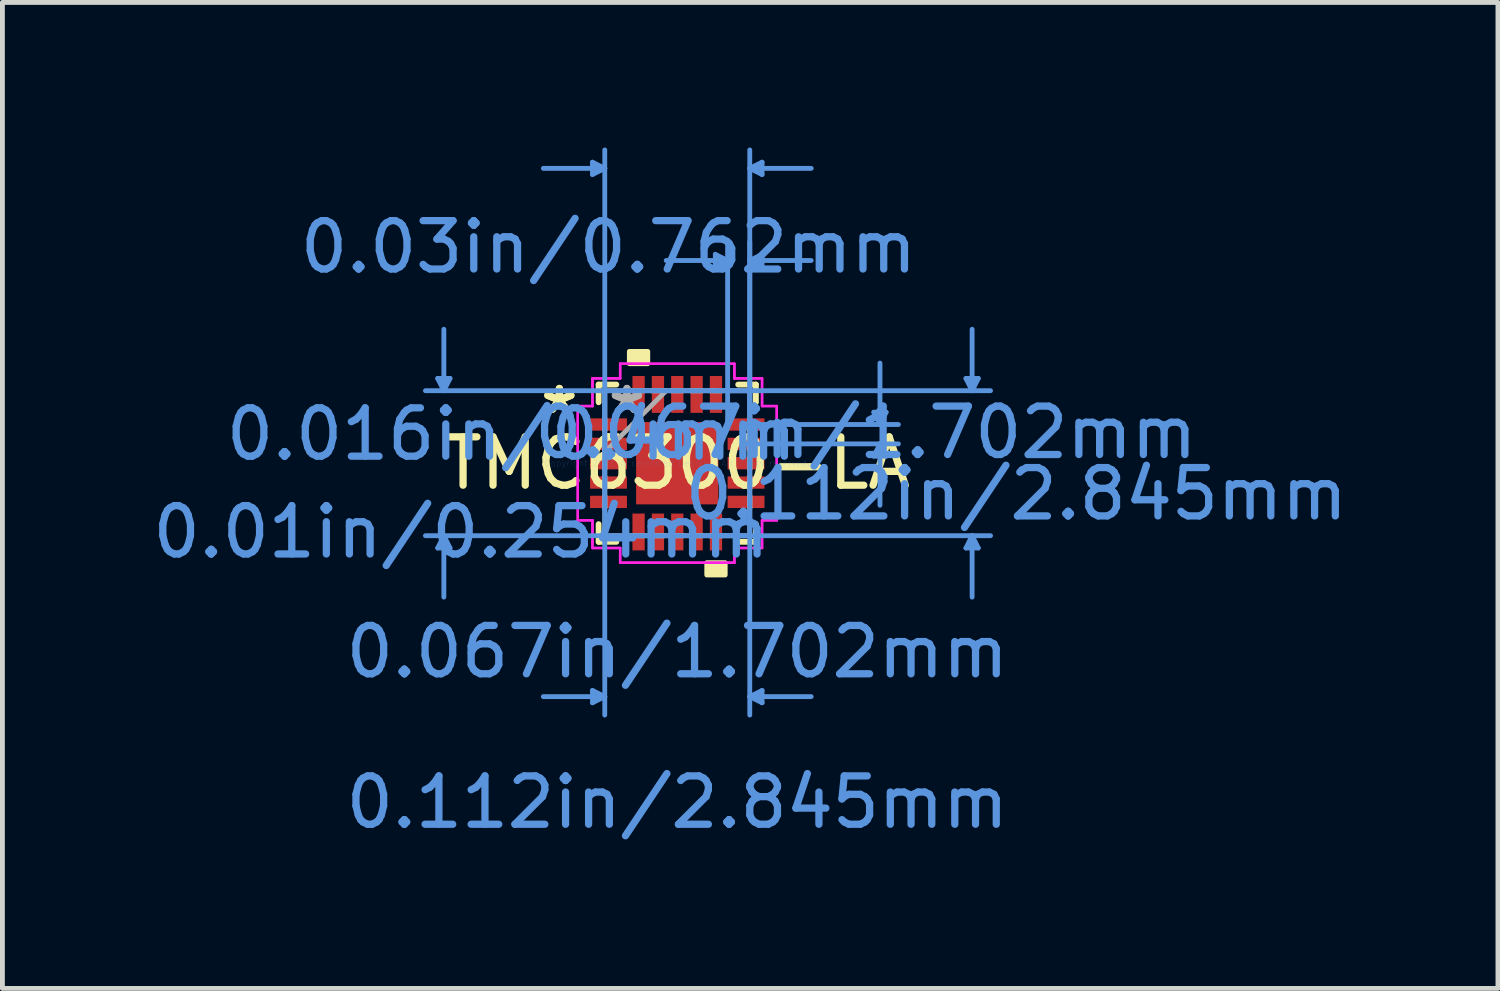
<source format=kicad_pcb>
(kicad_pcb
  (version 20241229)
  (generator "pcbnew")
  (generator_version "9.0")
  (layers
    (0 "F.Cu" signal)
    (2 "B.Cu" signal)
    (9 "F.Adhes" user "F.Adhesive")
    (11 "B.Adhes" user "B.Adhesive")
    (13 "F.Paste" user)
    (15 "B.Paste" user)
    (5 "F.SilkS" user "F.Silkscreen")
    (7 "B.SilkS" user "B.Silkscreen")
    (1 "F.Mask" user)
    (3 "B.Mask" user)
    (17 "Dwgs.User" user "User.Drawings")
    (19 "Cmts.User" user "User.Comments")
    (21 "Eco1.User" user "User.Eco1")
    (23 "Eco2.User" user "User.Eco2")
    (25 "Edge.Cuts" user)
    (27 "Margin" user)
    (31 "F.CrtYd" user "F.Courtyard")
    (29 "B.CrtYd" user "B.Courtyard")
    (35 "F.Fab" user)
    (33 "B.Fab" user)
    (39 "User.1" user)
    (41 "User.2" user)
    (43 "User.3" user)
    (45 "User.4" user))
  (footprint "TMC6300-LA"
    (layer "F.Cu")
    (at 10.953 6.527)
    (property "Reference" "TMC6300-LA" (at 0 0 0) (layer "F.SilkS") (effects (font (size 1 1) (thickness 0.15))))
    (attr through_hole)
    (fp_line (start -1.626 -1.626) (end -1.626 -1.26) (stroke (width 0.12) (type solid)) (layer "F.SilkS"))
    (fp_line (start -1.626 1.26) (end -1.626 1.626) (stroke (width 0.12) (type solid)) (layer "F.SilkS"))
    (fp_line (start -1.626 1.626) (end -1.26 1.626) (stroke (width 0.12) (type solid)) (layer "F.SilkS"))
    (fp_line (start -1.26 -1.626) (end -1.626 -1.626) (stroke (width 0.12) (type solid)) (layer "F.SilkS"))
    (fp_line (start 1.26 1.626) (end 1.626 1.626) (stroke (width 0.12) (type solid)) (layer "F.SilkS"))
    (fp_line (start 1.626 -1.626) (end 1.26 -1.626) (stroke (width 0.12) (type solid)) (layer "F.SilkS"))
    (fp_line (start 1.626 -1.26) (end 1.626 -1.626) (stroke (width 0.12) (type solid)) (layer "F.SilkS"))
    (fp_line (start 1.626 1.626) (end 1.626 1.26) (stroke (width 0.12) (type solid)) (layer "F.SilkS"))
    (fp_poly (pts (xy -0.991 -2.057) (xy -0.991 -2.311) (xy -0.61 -2.311) (xy -0.61 -2.057)) (stroke (width 0.1) (type solid)) (fill yes) (layer "F.SilkS"))
    (fp_poly (pts (xy 0.61 2.057) (xy 0.61 2.311) (xy 0.991 2.311) (xy 0.991 2.057)) (stroke (width 0.1) (type solid)) (fill yes) (layer "F.SilkS"))
    (fp_line (start -4.953 -1.753) (end -4.699 -1.753) (stroke (width 0.1) (type solid)) (layer "Cmts.User"))
    (fp_line (start -4.953 1.753) (end -4.699 1.753) (stroke (width 0.1) (type solid)) (layer "Cmts.User"))
    (fp_line (start -4.826 -1.499) (end -4.953 -1.753) (stroke (width 0.1) (type solid)) (layer "Cmts.User"))
    (fp_line (start -4.826 -1.499) (end -4.826 -2.769) (stroke (width 0.1) (type solid)) (layer "Cmts.User"))
    (fp_line (start -4.826 -1.499) (end -4.699 -1.753) (stroke (width 0.1) (type solid)) (layer "Cmts.User"))
    (fp_line (start -4.826 1.499) (end -4.953 1.753) (stroke (width 0.1) (type solid)) (layer "Cmts.User"))
    (fp_line (start -4.826 1.499) (end -4.826 2.769) (stroke (width 0.1) (type solid)) (layer "Cmts.User"))
    (fp_line (start -4.826 1.499) (end -4.699 1.753) (stroke (width 0.1) (type solid)) (layer "Cmts.User"))
    (fp_line (start -1.753 -6.223) (end -1.753 -5.969) (stroke (width 0.1) (type solid)) (layer "Cmts.User"))
    (fp_line (start -1.753 4.699) (end -1.753 4.953) (stroke (width 0.1) (type solid)) (layer "Cmts.User"))
    (fp_line (start -1.499 -6.096) (end -2.769 -6.096) (stroke (width 0.1) (type solid)) (layer "Cmts.User"))
    (fp_line (start -1.499 -6.096) (end -1.753 -6.223) (stroke (width 0.1) (type solid)) (layer "Cmts.User"))
    (fp_line (start -1.499 -6.096) (end -1.753 -5.969) (stroke (width 0.1) (type solid)) (layer "Cmts.User"))
    (fp_line (start -1.499 -1.499) (end -1.499 5.207) (stroke (width 0.1) (type solid)) (layer "Cmts.User"))
    (fp_line (start -1.499 -0.8) (end -1.499 -6.477) (stroke (width 0.1) (type solid)) (layer "Cmts.User"))
    (fp_line (start -1.499 4.826) (end -2.769 4.826) (stroke (width 0.1) (type solid)) (layer "Cmts.User"))
    (fp_line (start -1.499 4.826) (end -1.753 4.699) (stroke (width 0.1) (type solid)) (layer "Cmts.User"))
    (fp_line (start -1.499 4.826) (end -1.753 4.953) (stroke (width 0.1) (type solid)) (layer "Cmts.User"))
    (fp_line (start 0.787 -4.318) (end 0.787 -4.064) (stroke (width 0.1) (type solid)) (layer "Cmts.User"))
    (fp_line (start 0.8 -1.499) (end 6.477 -1.499) (stroke (width 0.1) (type solid)) (layer "Cmts.User"))
    (fp_line (start 0.8 1.499) (end 6.477 1.499) (stroke (width 0.1) (type solid)) (layer "Cmts.User"))
    (fp_line (start 1.041 -4.191) (end -0.229 -4.191) (stroke (width 0.1) (type solid)) (layer "Cmts.User"))
    (fp_line (start 1.041 -4.191) (end 0.787 -4.318) (stroke (width 0.1) (type solid)) (layer "Cmts.User"))
    (fp_line (start 1.041 -4.191) (end 0.787 -4.064) (stroke (width 0.1) (type solid)) (layer "Cmts.User"))
    (fp_line (start 1.041 -0.8) (end 1.041 -4.572) (stroke (width 0.1) (type solid)) (layer "Cmts.User"))
    (fp_line (start 1.422 -0.8) (end 4.572 -0.8) (stroke (width 0.1) (type solid)) (layer "Cmts.User"))
    (fp_line (start 1.422 -0.4) (end 4.572 -0.4) (stroke (width 0.1) (type solid)) (layer "Cmts.User"))
    (fp_line (start 1.499 -6.096) (end 1.753 -6.223) (stroke (width 0.1) (type solid)) (layer "Cmts.User"))
    (fp_line (start 1.499 -6.096) (end 1.753 -5.969) (stroke (width 0.1) (type solid)) (layer "Cmts.User"))
    (fp_line (start 1.499 -6.096) (end 2.769 -6.096) (stroke (width 0.1) (type solid)) (layer "Cmts.User"))
    (fp_line (start 1.499 -4.191) (end 1.753 -4.318) (stroke (width 0.1) (type solid)) (layer "Cmts.User"))
    (fp_line (start 1.499 -4.191) (end 1.753 -4.064) (stroke (width 0.1) (type solid)) (layer "Cmts.User"))
    (fp_line (start 1.499 -4.191) (end 2.769 -4.191) (stroke (width 0.1) (type solid)) (layer "Cmts.User"))
    (fp_line (start 1.499 -1.499) (end -5.207 -1.499) (stroke (width 0.1) (type solid)) (layer "Cmts.User"))
    (fp_line (start 1.499 -1.499) (end 1.499 5.207) (stroke (width 0.1) (type solid)) (layer "Cmts.User"))
    (fp_line (start 1.499 -0.8) (end 1.499 -6.477) (stroke (width 0.1) (type solid)) (layer "Cmts.User"))
    (fp_line (start 1.499 -0.8) (end 1.499 -4.572) (stroke (width 0.1) (type solid)) (layer "Cmts.User"))
    (fp_line (start 1.499 1.499) (end -5.207 1.499) (stroke (width 0.1) (type solid)) (layer "Cmts.User"))
    (fp_line (start 1.499 4.826) (end 1.753 4.699) (stroke (width 0.1) (type solid)) (layer "Cmts.User"))
    (fp_line (start 1.499 4.826) (end 1.753 4.953) (stroke (width 0.1) (type solid)) (layer "Cmts.User"))
    (fp_line (start 1.499 4.826) (end 2.769 4.826) (stroke (width 0.1) (type solid)) (layer "Cmts.User"))
    (fp_line (start 1.753 -6.223) (end 1.753 -5.969) (stroke (width 0.1) (type solid)) (layer "Cmts.User"))
    (fp_line (start 1.753 -4.318) (end 1.753 -4.064) (stroke (width 0.1) (type solid)) (layer "Cmts.User"))
    (fp_line (start 1.753 4.699) (end 1.753 4.953) (stroke (width 0.1) (type solid)) (layer "Cmts.User"))
    (fp_line (start 4.064 -1.054) (end 4.318 -1.054) (stroke (width 0.1) (type solid)) (layer "Cmts.User"))
    (fp_line (start 4.064 -0.146) (end 4.318 -0.146) (stroke (width 0.1) (type solid)) (layer "Cmts.User"))
    (fp_line (start 4.191 -0.8) (end 4.064 -1.054) (stroke (width 0.1) (type solid)) (layer "Cmts.User"))
    (fp_line (start 4.191 -0.8) (end 4.191 -2.07) (stroke (width 0.1) (type solid)) (layer "Cmts.User"))
    (fp_line (start 4.191 -0.8) (end 4.318 -1.054) (stroke (width 0.1) (type solid)) (layer "Cmts.User"))
    (fp_line (start 4.191 -0.4) (end 4.064 -0.146) (stroke (width 0.1) (type solid)) (layer "Cmts.User"))
    (fp_line (start 4.191 -0.4) (end 4.191 0.87) (stroke (width 0.1) (type solid)) (layer "Cmts.User"))
    (fp_line (start 4.191 -0.4) (end 4.318 -0.146) (stroke (width 0.1) (type solid)) (layer "Cmts.User"))
    (fp_line (start 5.969 -1.753) (end 6.223 -1.753) (stroke (width 0.1) (type solid)) (layer "Cmts.User"))
    (fp_line (start 5.969 1.753) (end 6.223 1.753) (stroke (width 0.1) (type solid)) (layer "Cmts.User"))
    (fp_line (start 6.096 -1.499) (end 5.969 -1.753) (stroke (width 0.1) (type solid)) (layer "Cmts.User"))
    (fp_line (start 6.096 -1.499) (end 6.096 -2.769) (stroke (width 0.1) (type solid)) (layer "Cmts.User"))
    (fp_line (start 6.096 -1.499) (end 6.223 -1.753) (stroke (width 0.1) (type solid)) (layer "Cmts.User"))
    (fp_line (start 6.096 1.499) (end 5.969 1.753) (stroke (width 0.1) (type solid)) (layer "Cmts.User"))
    (fp_line (start 6.096 1.499) (end 6.096 2.769) (stroke (width 0.1) (type solid)) (layer "Cmts.User"))
    (fp_line (start 6.096 1.499) (end 6.223 1.753) (stroke (width 0.1) (type solid)) (layer "Cmts.User"))
    (fp_line (start -2.057 -1.181) (end -1.753 -1.181) (stroke (width 0.05) (type solid)) (layer "F.CrtYd"))
    (fp_line (start -2.057 -1.181) (end -1.753 -1.181) (stroke (width 0.05) (type solid)) (layer "F.CrtYd"))
    (fp_line (start -2.057 1.181) (end -2.057 -1.181) (stroke (width 0.05) (type solid)) (layer "F.CrtYd"))
    (fp_line (start -2.057 1.181) (end -2.057 -1.181) (stroke (width 0.05) (type solid)) (layer "F.CrtYd"))
    (fp_line (start -1.753 -1.753) (end -1.181 -1.753) (stroke (width 0.05) (type solid)) (layer "F.CrtYd"))
    (fp_line (start -1.753 -1.753) (end -1.181 -1.753) (stroke (width 0.05) (type solid)) (layer "F.CrtYd"))
    (fp_line (start -1.753 -1.181) (end -1.753 -1.753) (stroke (width 0.05) (type solid)) (layer "F.CrtYd"))
    (fp_line (start -1.753 -1.181) (end -1.753 -1.753) (stroke (width 0.05) (type solid)) (layer "F.CrtYd"))
    (fp_line (start -1.753 1.181) (end -2.057 1.181) (stroke (width 0.05) (type solid)) (layer "F.CrtYd"))
    (fp_line (start -1.753 1.181) (end -2.057 1.181) (stroke (width 0.05) (type solid)) (layer "F.CrtYd"))
    (fp_line (start -1.753 1.753) (end -1.753 1.181) (stroke (width 0.05) (type solid)) (layer "F.CrtYd"))
    (fp_line (start -1.753 1.753) (end -1.753 1.181) (stroke (width 0.05) (type solid)) (layer "F.CrtYd"))
    (fp_line (start -1.181 -2.057) (end 1.181 -2.057) (stroke (width 0.05) (type solid)) (layer "F.CrtYd"))
    (fp_line (start -1.181 -2.057) (end 1.181 -2.057) (stroke (width 0.05) (type solid)) (layer "F.CrtYd"))
    (fp_line (start -1.181 -1.753) (end -1.181 -2.057) (stroke (width 0.05) (type solid)) (layer "F.CrtYd"))
    (fp_line (start -1.181 -1.753) (end -1.181 -2.057) (stroke (width 0.05) (type solid)) (layer "F.CrtYd"))
    (fp_line (start -1.181 1.753) (end -1.753 1.753) (stroke (width 0.05) (type solid)) (layer "F.CrtYd"))
    (fp_line (start -1.181 1.753) (end -1.753 1.753) (stroke (width 0.05) (type solid)) (layer "F.CrtYd"))
    (fp_line (start -1.181 2.057) (end -1.181 1.753) (stroke (width 0.05) (type solid)) (layer "F.CrtYd"))
    (fp_line (start -1.181 2.057) (end -1.181 1.753) (stroke (width 0.05) (type solid)) (layer "F.CrtYd"))
    (fp_line (start 1.181 -2.057) (end 1.181 -1.753) (stroke (width 0.05) (type solid)) (layer "F.CrtYd"))
    (fp_line (start 1.181 -2.057) (end 1.181 -1.753) (stroke (width 0.05) (type solid)) (layer "F.CrtYd"))
    (fp_line (start 1.181 -1.753) (end 1.753 -1.753) (stroke (width 0.05) (type solid)) (layer "F.CrtYd"))
    (fp_line (start 1.181 -1.753) (end 1.753 -1.753) (stroke (width 0.05) (type solid)) (layer "F.CrtYd"))
    (fp_line (start 1.181 1.753) (end 1.181 2.057) (stroke (width 0.05) (type solid)) (layer "F.CrtYd"))
    (fp_line (start 1.181 1.753) (end 1.181 2.057) (stroke (width 0.05) (type solid)) (layer "F.CrtYd"))
    (fp_line (start 1.181 2.057) (end -1.181 2.057) (stroke (width 0.05) (type solid)) (layer "F.CrtYd"))
    (fp_line (start 1.181 2.057) (end -1.181 2.057) (stroke (width 0.05) (type solid)) (layer "F.CrtYd"))
    (fp_line (start 1.753 -1.753) (end 1.753 -1.181) (stroke (width 0.05) (type solid)) (layer "F.CrtYd"))
    (fp_line (start 1.753 -1.753) (end 1.753 -1.181) (stroke (width 0.05) (type solid)) (layer "F.CrtYd"))
    (fp_line (start 1.753 -1.181) (end 2.057 -1.181) (stroke (width 0.05) (type solid)) (layer "F.CrtYd"))
    (fp_line (start 1.753 -1.181) (end 2.057 -1.181) (stroke (width 0.05) (type solid)) (layer "F.CrtYd"))
    (fp_line (start 1.753 1.181) (end 1.753 1.753) (stroke (width 0.05) (type solid)) (layer "F.CrtYd"))
    (fp_line (start 1.753 1.181) (end 1.753 1.753) (stroke (width 0.05) (type solid)) (layer "F.CrtYd"))
    (fp_line (start 1.753 1.753) (end 1.181 1.753) (stroke (width 0.05) (type solid)) (layer "F.CrtYd"))
    (fp_line (start 1.753 1.753) (end 1.181 1.753) (stroke (width 0.05) (type solid)) (layer "F.CrtYd"))
    (fp_line (start 2.057 -1.181) (end 2.057 1.181) (stroke (width 0.05) (type solid)) (layer "F.CrtYd"))
    (fp_line (start 2.057 -1.181) (end 2.057 1.181) (stroke (width 0.05) (type solid)) (layer "F.CrtYd"))
    (fp_line (start 2.057 1.181) (end 1.753 1.181) (stroke (width 0.05) (type solid)) (layer "F.CrtYd"))
    (fp_line (start 2.057 1.181) (end 1.753 1.181) (stroke (width 0.05) (type solid)) (layer "F.CrtYd"))
    (fp_line (start -1.499 -1.499) (end -1.499 -1.499) (stroke (width 0.1) (type solid)) (layer "F.Fab"))
    (fp_line (start -1.499 -1.499) (end -1.499 1.499) (stroke (width 0.1) (type solid)) (layer "F.Fab"))
    (fp_line (start -1.499 -0.927) (end -1.499 -0.927) (stroke (width 0.1) (type solid)) (layer "F.Fab"))
    (fp_line (start -1.499 -0.927) (end -1.499 -0.673) (stroke (width 0.1) (type solid)) (layer "F.Fab"))
    (fp_line (start -1.499 -0.673) (end -1.499 -0.927) (stroke (width 0.1) (type solid)) (layer "F.Fab"))
    (fp_line (start -1.499 -0.673) (end -1.499 -0.673) (stroke (width 0.1) (type solid)) (layer "F.Fab"))
    (fp_line (start -1.499 -0.527) (end -1.499 -0.527) (stroke (width 0.1) (type solid)) (layer "F.Fab"))
    (fp_line (start -1.499 -0.527) (end -1.499 -0.273) (stroke (width 0.1) (type solid)) (layer "F.Fab"))
    (fp_line (start -1.499 -0.273) (end -1.499 -0.527) (stroke (width 0.1) (type solid)) (layer "F.Fab"))
    (fp_line (start -1.499 -0.273) (end -1.499 -0.273) (stroke (width 0.1) (type solid)) (layer "F.Fab"))
    (fp_line (start -1.499 -0.229) (end -0.229 -1.499) (stroke (width 0.1) (type solid)) (layer "F.Fab"))
    (fp_line (start -1.499 -0.127) (end -1.499 -0.127) (stroke (width 0.1) (type solid)) (layer "F.Fab"))
    (fp_line (start -1.499 -0.127) (end -1.499 0.127) (stroke (width 0.1) (type solid)) (layer "F.Fab"))
    (fp_line (start -1.499 0.127) (end -1.499 -0.127) (stroke (width 0.1) (type solid)) (layer "F.Fab"))
    (fp_line (start -1.499 0.127) (end -1.499 0.127) (stroke (width 0.1) (type solid)) (layer "F.Fab"))
    (fp_line (start -1.499 0.273) (end -1.499 0.273) (stroke (width 0.1) (type solid)) (layer "F.Fab"))
    (fp_line (start -1.499 0.273) (end -1.499 0.527) (stroke (width 0.1) (type solid)) (layer "F.Fab"))
    (fp_line (start -1.499 0.527) (end -1.499 0.273) (stroke (width 0.1) (type solid)) (layer "F.Fab"))
    (fp_line (start -1.499 0.527) (end -1.499 0.527) (stroke (width 0.1) (type solid)) (layer "F.Fab"))
    (fp_line (start -1.499 0.673) (end -1.499 0.673) (stroke (width 0.1) (type solid)) (layer "F.Fab"))
    (fp_line (start -1.499 0.673) (end -1.499 0.927) (stroke (width 0.1) (type solid)) (layer "F.Fab"))
    (fp_line (start -1.499 0.927) (end -1.499 0.673) (stroke (width 0.1) (type solid)) (layer "F.Fab"))
    (fp_line (start -1.499 0.927) (end -1.499 0.927) (stroke (width 0.1) (type solid)) (layer "F.Fab"))
    (fp_line (start -1.499 1.499) (end -1.499 1.499) (stroke (width 0.1) (type solid)) (layer "F.Fab"))
    (fp_line (start -1.499 1.499) (end 1.499 1.499) (stroke (width 0.1) (type solid)) (layer "F.Fab"))
    (fp_line (start -0.927 -1.499) (end -0.927 -1.499) (stroke (width 0.1) (type solid)) (layer "F.Fab"))
    (fp_line (start -0.927 -1.499) (end -0.673 -1.499) (stroke (width 0.1) (type solid)) (layer "F.Fab"))
    (fp_line (start -0.927 1.499) (end -0.927 1.499) (stroke (width 0.1) (type solid)) (layer "F.Fab"))
    (fp_line (start -0.927 1.499) (end -0.673 1.499) (stroke (width 0.1) (type solid)) (layer "F.Fab"))
    (fp_line (start -0.673 -1.499) (end -0.927 -1.499) (stroke (width 0.1) (type solid)) (layer "F.Fab"))
    (fp_line (start -0.673 -1.499) (end -0.673 -1.499) (stroke (width 0.1) (type solid)) (layer "F.Fab"))
    (fp_line (start -0.673 1.499) (end -0.927 1.499) (stroke (width 0.1) (type solid)) (layer "F.Fab"))
    (fp_line (start -0.673 1.499) (end -0.673 1.499) (stroke (width 0.1) (type solid)) (layer "F.Fab"))
    (fp_line (start -0.527 -1.499) (end -0.527 -1.499) (stroke (width 0.1) (type solid)) (layer "F.Fab"))
    (fp_line (start -0.527 -1.499) (end -0.273 -1.499) (stroke (width 0.1) (type solid)) (layer "F.Fab"))
    (fp_line (start -0.527 1.499) (end -0.527 1.499) (stroke (width 0.1) (type solid)) (layer "F.Fab"))
    (fp_line (start -0.527 1.499) (end -0.273 1.499) (stroke (width 0.1) (type solid)) (layer "F.Fab"))
    (fp_line (start -0.273 -1.499) (end -0.527 -1.499) (stroke (width 0.1) (type solid)) (layer "F.Fab"))
    (fp_line (start -0.273 -1.499) (end -0.273 -1.499) (stroke (width 0.1) (type solid)) (layer "F.Fab"))
    (fp_line (start -0.273 1.499) (end -0.527 1.499) (stroke (width 0.1) (type solid)) (layer "F.Fab"))
    (fp_line (start -0.273 1.499) (end -0.273 1.499) (stroke (width 0.1) (type solid)) (layer "F.Fab"))
    (fp_line (start -0.127 -1.499) (end -0.127 -1.499) (stroke (width 0.1) (type solid)) (layer "F.Fab"))
    (fp_line (start -0.127 -1.499) (end 0.127 -1.499) (stroke (width 0.1) (type solid)) (layer "F.Fab"))
    (fp_line (start -0.127 1.499) (end -0.127 1.499) (stroke (width 0.1) (type solid)) (layer "F.Fab"))
    (fp_line (start -0.127 1.499) (end 0.127 1.499) (stroke (width 0.1) (type solid)) (layer "F.Fab"))
    (fp_line (start 0.127 -1.499) (end -0.127 -1.499) (stroke (width 0.1) (type solid)) (layer "F.Fab"))
    (fp_line (start 0.127 -1.499) (end 0.127 -1.499) (stroke (width 0.1) (type solid)) (layer "F.Fab"))
    (fp_line (start 0.127 1.499) (end -0.127 1.499) (stroke (width 0.1) (type solid)) (layer "F.Fab"))
    (fp_line (start 0.127 1.499) (end 0.127 1.499) (stroke (width 0.1) (type solid)) (layer "F.Fab"))
    (fp_line (start 0.273 -1.499) (end 0.273 -1.499) (stroke (width 0.1) (type solid)) (layer "F.Fab"))
    (fp_line (start 0.273 -1.499) (end 0.527 -1.499) (stroke (width 0.1) (type solid)) (layer "F.Fab"))
    (fp_line (start 0.273 1.499) (end 0.273 1.499) (stroke (width 0.1) (type solid)) (layer "F.Fab"))
    (fp_line (start 0.273 1.499) (end 0.527 1.499) (stroke (width 0.1) (type solid)) (layer "F.Fab"))
    (fp_line (start 0.527 -1.499) (end 0.273 -1.499) (stroke (width 0.1) (type solid)) (layer "F.Fab"))
    (fp_line (start 0.527 -1.499) (end 0.527 -1.499) (stroke (width 0.1) (type solid)) (layer "F.Fab"))
    (fp_line (start 0.527 1.499) (end 0.273 1.499) (stroke (width 0.1) (type solid)) (layer "F.Fab"))
    (fp_line (start 0.527 1.499) (end 0.527 1.499) (stroke (width 0.1) (type solid)) (layer "F.Fab"))
    (fp_line (start 0.673 -1.499) (end 0.673 -1.499) (stroke (width 0.1) (type solid)) (layer "F.Fab"))
    (fp_line (start 0.673 -1.499) (end 0.927 -1.499) (stroke (width 0.1) (type solid)) (layer "F.Fab"))
    (fp_line (start 0.673 1.499) (end 0.673 1.499) (stroke (width 0.1) (type solid)) (layer "F.Fab"))
    (fp_line (start 0.673 1.499) (end 0.927 1.499) (stroke (width 0.1) (type solid)) (layer "F.Fab"))
    (fp_line (start 0.927 -1.499) (end 0.673 -1.499) (stroke (width 0.1) (type solid)) (layer "F.Fab"))
    (fp_line (start 0.927 -1.499) (end 0.927 -1.499) (stroke (width 0.1) (type solid)) (layer "F.Fab"))
    (fp_line (start 0.927 1.499) (end 0.673 1.499) (stroke (width 0.1) (type solid)) (layer "F.Fab"))
    (fp_line (start 0.927 1.499) (end 0.927 1.499) (stroke (width 0.1) (type solid)) (layer "F.Fab"))
    (fp_line (start 1.499 -1.499) (end -1.499 -1.499) (stroke (width 0.1) (type solid)) (layer "F.Fab"))
    (fp_line (start 1.499 -1.499) (end 1.499 -1.499) (stroke (width 0.1) (type solid)) (layer "F.Fab"))
    (fp_line (start 1.499 -0.927) (end 1.499 -0.927) (stroke (width 0.1) (type solid)) (layer "F.Fab"))
    (fp_line (start 1.499 -0.927) (end 1.499 -0.673) (stroke (width 0.1) (type solid)) (layer "F.Fab"))
    (fp_line (start 1.499 -0.673) (end 1.499 -0.927) (stroke (width 0.1) (type solid)) (layer "F.Fab"))
    (fp_line (start 1.499 -0.673) (end 1.499 -0.673) (stroke (width 0.1) (type solid)) (layer "F.Fab"))
    (fp_line (start 1.499 -0.527) (end 1.499 -0.527) (stroke (width 0.1) (type solid)) (layer "F.Fab"))
    (fp_line (start 1.499 -0.527) (end 1.499 -0.273) (stroke (width 0.1) (type solid)) (layer "F.Fab"))
    (fp_line (start 1.499 -0.273) (end 1.499 -0.527) (stroke (width 0.1) (type solid)) (layer "F.Fab"))
    (fp_line (start 1.499 -0.273) (end 1.499 -0.273) (stroke (width 0.1) (type solid)) (layer "F.Fab"))
    (fp_line (start 1.499 -0.127) (end 1.499 -0.127) (stroke (width 0.1) (type solid)) (layer "F.Fab"))
    (fp_line (start 1.499 -0.127) (end 1.499 0.127) (stroke (width 0.1) (type solid)) (layer "F.Fab"))
    (fp_line (start 1.499 0.127) (end 1.499 -0.127) (stroke (width 0.1) (type solid)) (layer "F.Fab"))
    (fp_line (start 1.499 0.127) (end 1.499 0.127) (stroke (width 0.1) (type solid)) (layer "F.Fab"))
    (fp_line (start 1.499 0.273) (end 1.499 0.273) (stroke (width 0.1) (type solid)) (layer "F.Fab"))
    (fp_line (start 1.499 0.273) (end 1.499 0.527) (stroke (width 0.1) (type solid)) (layer "F.Fab"))
    (fp_line (start 1.499 0.527) (end 1.499 0.273) (stroke (width 0.1) (type solid)) (layer "F.Fab"))
    (fp_line (start 1.499 0.527) (end 1.499 0.527) (stroke (width 0.1) (type solid)) (layer "F.Fab"))
    (fp_line (start 1.499 0.673) (end 1.499 0.673) (stroke (width 0.1) (type solid)) (layer "F.Fab"))
    (fp_line (start 1.499 0.673) (end 1.499 0.927) (stroke (width 0.1) (type solid)) (layer "F.Fab"))
    (fp_line (start 1.499 0.927) (end 1.499 0.673) (stroke (width 0.1) (type solid)) (layer "F.Fab"))
    (fp_line (start 1.499 0.927) (end 1.499 0.927) (stroke (width 0.1) (type solid)) (layer "F.Fab"))
    (fp_line (start 1.499 1.499) (end 1.499 -1.499) (stroke (width 0.1) (type solid)) (layer "F.Fab"))
    (fp_line (start 1.499 1.499) (end 1.499 1.499) (stroke (width 0.1) (type solid)) (layer "F.Fab"))
    (fp_text user "*" (at -2.438 -1 0) (layer "F.SilkS") (effects (font (size 1 1) (thickness 0.15))))
    (fp_text user "*" (at -2.438 -1 0) (layer "F.SilkS") (effects (font (size 1 1) (thickness 0.15))))
    (fp_text user "Copyright 2021 Accelerated Designs. All rights reserved." (at 0 0 0) (layer "Cmts.User") (effects (font (size 0.127 0.127) (thickness 0.002))))
    (fp_text user "0.067in/1.702mm" (at 0 3.899 0) (layer "Cmts.User") (effects (font (size 1 1) (thickness 0.15))))
    (fp_text user "0.01in/0.254mm" (at -4.47 1.422 0) (layer "Cmts.User") (effects (font (size 1 1) (thickness 0.15))))
    (fp_text user "0.112in/2.845mm" (at 7.01 0.635 0) (layer "Cmts.User") (effects (font (size 1 1) (thickness 0.15))))
    (fp_text user "0.03in/0.762mm" (at -1.422 -4.47 0) (layer "Cmts.User") (effects (font (size 1 1) (thickness 0.15))))
    (fp_text user "0.067in/1.702mm" (at 3.899 -0.635 0) (layer "Cmts.User") (effects (font (size 1 1) (thickness 0.15))))
    (fp_text user "0.016in/0.4mm" (at -3.429 -0.6 0) (layer "Cmts.User") (effects (font (size 1 1) (thickness 0.15))))
    (fp_text user "0.112in/2.845mm" (at 0 7.01 0) (layer "Cmts.User") (effects (font (size 1 1) (thickness 0.15))))
    (fp_text user "*" (at -1.041 -1 0) (layer "F.Fab") (effects (font (size 1 1) (thickness 0.15))))
    (fp_text user "*" (at -1.041 -1 0) (layer "F.Fab") (effects (font (size 1 1) (thickness 0.15))))
    (pad "1" smd rect (at -1.422 -0.8 90) (size 0.254 0.762) (layers "F.Cu" "F.Mask" "F.Paste"))
    (pad "2" smd rect (at -1.422 -0.4 90) (size 0.254 0.762) (layers "F.Cu" "F.Mask" "F.Paste"))
    (pad "3" smd rect (at -1.422 0 90) (size 0.254 0.762) (layers "F.Cu" "F.Mask" "F.Paste"))
    (pad "4" smd rect (at -1.422 0.4 90) (size 0.254 0.762) (layers "F.Cu" "F.Mask" "F.Paste"))
    (pad "5" smd rect (at -1.422 0.8 90) (size 0.254 0.762) (layers "F.Cu" "F.Mask" "F.Paste"))
    (pad "6" smd rect (at -0.8 1.422) (size 0.254 0.762) (layers "F.Cu" "F.Mask" "F.Paste"))
    (pad "7" smd rect (at -0.4 1.422) (size 0.254 0.762) (layers "F.Cu" "F.Mask" "F.Paste"))
    (pad "8" smd rect (at 0 1.422) (size 0.254 0.762) (layers "F.Cu" "F.Mask" "F.Paste"))
    (pad "9" smd rect (at 0.4 1.422) (size 0.254 0.762) (layers "F.Cu" "F.Mask" "F.Paste"))
    (pad "10" smd rect (at 0.8 1.422) (size 0.254 0.762) (layers "F.Cu" "F.Mask" "F.Paste"))
    (pad "11" smd rect (at 1.422 0.8 90) (size 0.254 0.762) (layers "F.Cu" "F.Mask" "F.Paste"))
    (pad "12" smd rect (at 1.422 0.4 90) (size 0.254 0.762) (layers "F.Cu" "F.Mask" "F.Paste"))
    (pad "13" smd rect (at 1.422 0 90) (size 0.254 0.762) (layers "F.Cu" "F.Mask" "F.Paste"))
    (pad "14" smd rect (at 1.422 -0.4 90) (size 0.254 0.762) (layers "F.Cu" "F.Mask" "F.Paste"))
    (pad "15" smd rect (at 1.422 -0.8 90) (size 0.254 0.762) (layers "F.Cu" "F.Mask" "F.Paste"))
    (pad "16" smd rect (at 0.8 -1.422) (size 0.254 0.762) (layers "F.Cu" "F.Mask" "F.Paste"))
    (pad "17" smd rect (at 0.4 -1.422) (size 0.254 0.762) (layers "F.Cu" "F.Mask" "F.Paste"))
    (pad "18" smd rect (at 0 -1.422) (size 0.254 0.762) (layers "F.Cu" "F.Mask" "F.Paste"))
    (pad "19" smd rect (at -0.4 -1.422) (size 0.254 0.762) (layers "F.Cu" "F.Mask" "F.Paste"))
    (pad "20" smd rect (at -0.8 -1.422) (size 0.254 0.762) (layers "F.Cu" "F.Mask" "F.Paste"))
    (pad "21" smd rect (at 0 0) (size 1.702 1.702) (layers "F.Cu" "F.Mask" "F.Paste")))
  (gr_rect
    (start -3 -3)
    (end 27.921 17.386)
    (stroke (width 0.1) (type default))
    (fill no)
    (layer "Edge.Cuts")))
</source>
